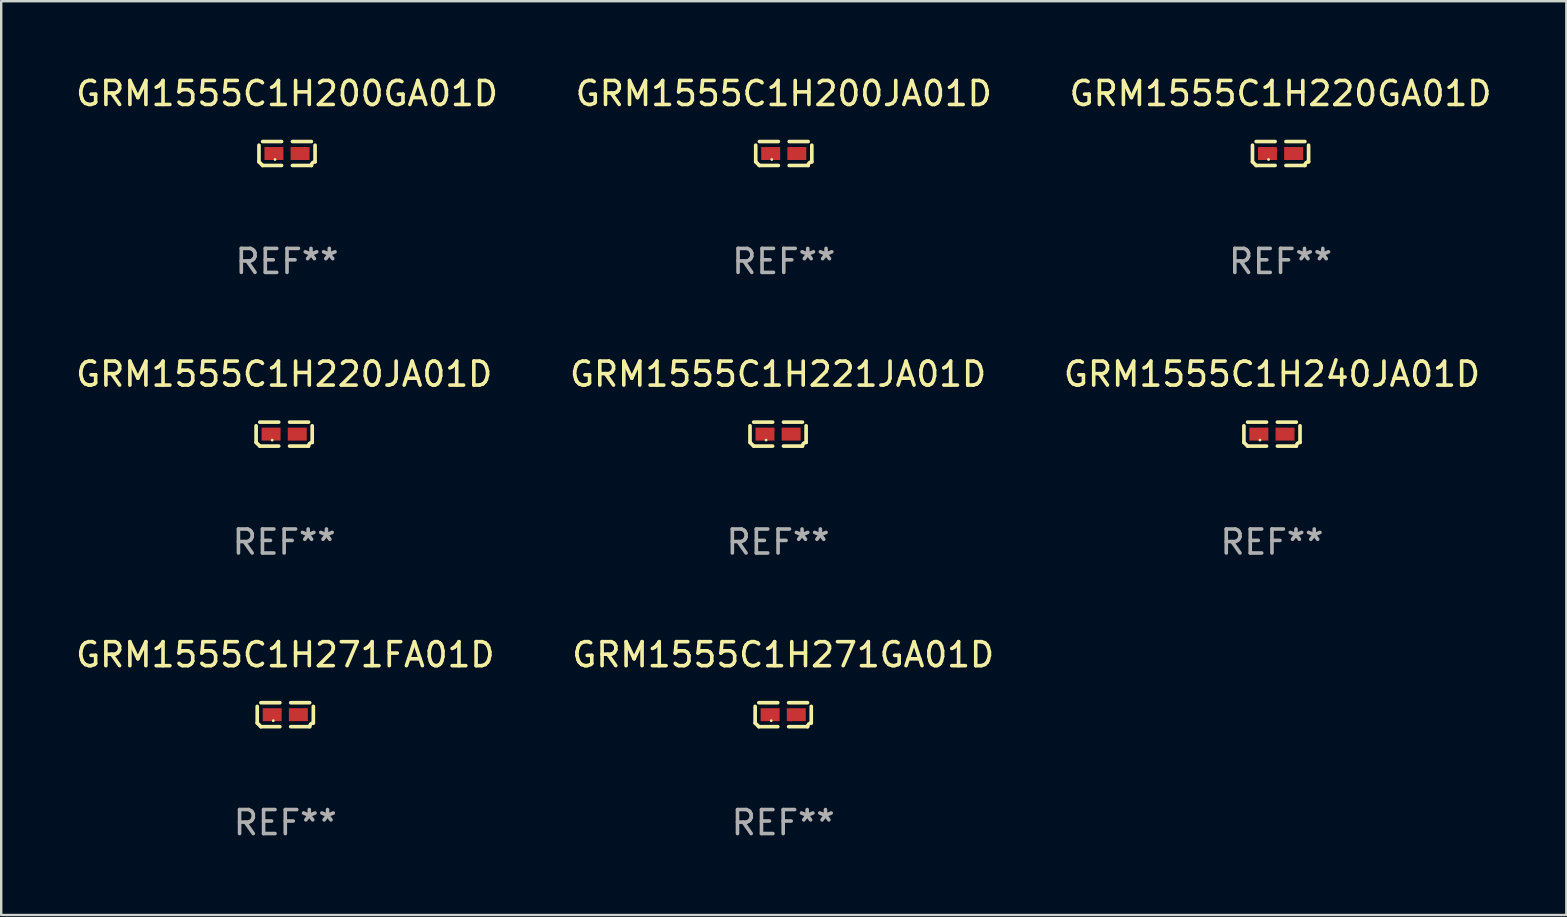
<source format=kicad_pcb>
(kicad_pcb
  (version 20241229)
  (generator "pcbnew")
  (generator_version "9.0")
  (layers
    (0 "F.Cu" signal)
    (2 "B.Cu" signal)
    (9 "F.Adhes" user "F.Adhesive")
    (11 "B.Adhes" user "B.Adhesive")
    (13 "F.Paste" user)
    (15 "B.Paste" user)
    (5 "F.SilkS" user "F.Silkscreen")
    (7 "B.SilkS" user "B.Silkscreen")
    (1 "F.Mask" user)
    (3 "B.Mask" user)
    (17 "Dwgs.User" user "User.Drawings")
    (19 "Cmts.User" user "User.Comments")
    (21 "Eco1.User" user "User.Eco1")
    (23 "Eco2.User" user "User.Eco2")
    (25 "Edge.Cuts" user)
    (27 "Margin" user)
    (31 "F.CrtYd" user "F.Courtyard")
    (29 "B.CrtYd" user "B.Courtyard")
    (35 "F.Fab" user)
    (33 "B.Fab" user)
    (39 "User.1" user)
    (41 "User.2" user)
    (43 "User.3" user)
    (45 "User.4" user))
  (footprint "GRM1555C1H271GA01D"
    (layer "F.Cu")
    (at 29.589 26.734)
    (property "Reference" "GRM1555C1H271GA01D" (at 0 -2.499 0) (layer "F.SilkS") (effects (font (size 1 1) (thickness 0.15))))
    (attr through_hole)
    (fp_line (start -1.169 0.346) (end -1.169 -0.346) (stroke (width 0.152) (type solid)) (layer "F.SilkS"))
    (fp_line (start -1.016 -0.499) (end -0.226 -0.499) (stroke (width 0.152) (type solid)) (layer "F.SilkS"))
    (fp_line (start -0.226 0.499) (end -1.016 0.499) (stroke (width 0.152) (type solid)) (layer "F.SilkS"))
    (fp_line (start 0.226 0.499) (end 1.016 0.499) (stroke (width 0.152) (type solid)) (layer "F.SilkS"))
    (fp_line (start 1.016 -0.499) (end 0.226 -0.499) (stroke (width 0.152) (type solid)) (layer "F.SilkS"))
    (fp_line (start 1.169 0.346) (end 1.169 -0.346) (stroke (width 0.152) (type solid)) (layer "F.SilkS"))
    (fp_arc (start -1.016307 0.498603) (mid -1.092512 0.422405) (end -1.16871 0.3462) (stroke (width 0.1524) (type solid)) (layer "F.SilkS"))
    (fp_arc (start 1.016307 0.498603) (mid 1.060899 0.390758) (end 1.168707 0.346076) (stroke (width 0.1524) (type solid)) (layer "F.SilkS"))
    (fp_circle (center -0.5 0.25) (end -0.47 0.25) (stroke (width 0.06) (type solid)) (fill no) (layer "F.SilkS"))
    (fp_text user "REF**" (at 0 4.499 0) (layer "F.Fab") (effects (font (size 1 1) (thickness 0.15))))
    (pad "1" smd rect (at -0.545 0) (size 0.79 0.54) (layers "F.Cu" "F.Mask" "F.Paste"))
    (pad "2" smd rect (at 0.545 0) (size 0.79 0.54) (layers "F.Cu" "F.Mask" "F.Paste")))
  (footprint "GRM1555C1H220JA01D"
    (layer "F.Cu")
    (at 8.792 15.041)
    (property "Reference" "GRM1555C1H220JA01D" (at 0 -2.499 0) (layer "F.SilkS") (effects (font (size 1 1) (thickness 0.15))))
    (attr through_hole)
    (fp_line (start -1.169 0.346) (end -1.169 -0.346) (stroke (width 0.152) (type solid)) (layer "F.SilkS"))
    (fp_line (start -1.016 -0.499) (end -0.226 -0.499) (stroke (width 0.152) (type solid)) (layer "F.SilkS"))
    (fp_line (start -0.226 0.499) (end -1.016 0.499) (stroke (width 0.152) (type solid)) (layer "F.SilkS"))
    (fp_line (start 0.226 0.499) (end 1.016 0.499) (stroke (width 0.152) (type solid)) (layer "F.SilkS"))
    (fp_line (start 1.016 -0.499) (end 0.226 -0.499) (stroke (width 0.152) (type solid)) (layer "F.SilkS"))
    (fp_line (start 1.169 0.346) (end 1.169 -0.346) (stroke (width 0.152) (type solid)) (layer "F.SilkS"))
    (fp_arc (start -1.016307 0.498603) (mid -1.092512 0.422405) (end -1.16871 0.3462) (stroke (width 0.1524) (type solid)) (layer "F.SilkS"))
    (fp_arc (start 1.016307 0.498603) (mid 1.060899 0.390758) (end 1.168707 0.346076) (stroke (width 0.1524) (type solid)) (layer "F.SilkS"))
    (fp_circle (center -0.5 0.25) (end -0.47 0.25) (stroke (width 0.06) (type solid)) (fill no) (layer "F.SilkS"))
    (fp_text user "REF**" (at 0 4.499 0) (layer "F.Fab") (effects (font (size 1 1) (thickness 0.15))))
    (pad "1" smd rect (at -0.545 0) (size 0.79 0.54) (layers "F.Cu" "F.Mask" "F.Paste"))
    (pad "2" smd rect (at 0.545 0) (size 0.79 0.54) (layers "F.Cu" "F.Mask" "F.Paste")))
  (footprint "GRM1555C1H240JA01D"
    (layer "F.Cu")
    (at 49.958 15.041)
    (property "Reference" "GRM1555C1H240JA01D" (at 0 -2.499 0) (layer "F.SilkS") (effects (font (size 1 1) (thickness 0.15))))
    (attr through_hole)
    (fp_line (start -1.169 0.346) (end -1.169 -0.346) (stroke (width 0.152) (type solid)) (layer "F.SilkS"))
    (fp_line (start -1.016 -0.499) (end -0.226 -0.499) (stroke (width 0.152) (type solid)) (layer "F.SilkS"))
    (fp_line (start -0.226 0.499) (end -1.016 0.499) (stroke (width 0.152) (type solid)) (layer "F.SilkS"))
    (fp_line (start 0.226 0.499) (end 1.016 0.499) (stroke (width 0.152) (type solid)) (layer "F.SilkS"))
    (fp_line (start 1.016 -0.499) (end 0.226 -0.499) (stroke (width 0.152) (type solid)) (layer "F.SilkS"))
    (fp_line (start 1.169 0.346) (end 1.169 -0.346) (stroke (width 0.152) (type solid)) (layer "F.SilkS"))
    (fp_arc (start -1.016307 0.498603) (mid -1.092512 0.422405) (end -1.16871 0.3462) (stroke (width 0.1524) (type solid)) (layer "F.SilkS"))
    (fp_arc (start 1.016307 0.498603) (mid 1.060899 0.390758) (end 1.168707 0.346076) (stroke (width 0.1524) (type solid)) (layer "F.SilkS"))
    (fp_circle (center -0.5 0.25) (end -0.47 0.25) (stroke (width 0.06) (type solid)) (fill no) (layer "F.SilkS"))
    (fp_text user "REF**" (at 0 4.499 0) (layer "F.Fab") (effects (font (size 1 1) (thickness 0.15))))
    (pad "1" smd rect (at -0.545 0) (size 0.79 0.54) (layers "F.Cu" "F.Mask" "F.Paste"))
    (pad "2" smd rect (at 0.545 0) (size 0.79 0.54) (layers "F.Cu" "F.Mask" "F.Paste")))
  (footprint "GRM1555C1H221JA01D"
    (layer "F.Cu")
    (at 29.375 15.041)
    (property "Reference" "GRM1555C1H221JA01D" (at 0 -2.499 0) (layer "F.SilkS") (effects (font (size 1 1) (thickness 0.15))))
    (attr through_hole)
    (fp_line (start -1.169 0.346) (end -1.169 -0.346) (stroke (width 0.152) (type solid)) (layer "F.SilkS"))
    (fp_line (start -1.016 -0.499) (end -0.226 -0.499) (stroke (width 0.152) (type solid)) (layer "F.SilkS"))
    (fp_line (start -0.226 0.499) (end -1.016 0.499) (stroke (width 0.152) (type solid)) (layer "F.SilkS"))
    (fp_line (start 0.226 0.499) (end 1.016 0.499) (stroke (width 0.152) (type solid)) (layer "F.SilkS"))
    (fp_line (start 1.016 -0.499) (end 0.226 -0.499) (stroke (width 0.152) (type solid)) (layer "F.SilkS"))
    (fp_line (start 1.169 0.346) (end 1.169 -0.346) (stroke (width 0.152) (type solid)) (layer "F.SilkS"))
    (fp_arc (start -1.016307 0.498603) (mid -1.092512 0.422405) (end -1.16871 0.3462) (stroke (width 0.1524) (type solid)) (layer "F.SilkS"))
    (fp_arc (start 1.016307 0.498603) (mid 1.060899 0.390758) (end 1.168707 0.346076) (stroke (width 0.1524) (type solid)) (layer "F.SilkS"))
    (fp_circle (center -0.5 0.25) (end -0.47 0.25) (stroke (width 0.06) (type solid)) (fill no) (layer "F.SilkS"))
    (fp_text user "REF**" (at 0 4.499 0) (layer "F.Fab") (effects (font (size 1 1) (thickness 0.15))))
    (pad "1" smd rect (at -0.545 0) (size 0.79 0.54) (layers "F.Cu" "F.Mask" "F.Paste"))
    (pad "2" smd rect (at 0.545 0) (size 0.79 0.54) (layers "F.Cu" "F.Mask" "F.Paste")))
  (footprint "GRM1555C1H200JA01D"
    (layer "F.Cu")
    (at 29.613 3.347)
    (property "Reference" "GRM1555C1H200JA01D" (at 0 -2.499 0) (layer "F.SilkS") (effects (font (size 1 1) (thickness 0.15))))
    (attr through_hole)
    (fp_line (start -1.169 0.346) (end -1.169 -0.346) (stroke (width 0.152) (type solid)) (layer "F.SilkS"))
    (fp_line (start -1.016 -0.499) (end -0.226 -0.499) (stroke (width 0.152) (type solid)) (layer "F.SilkS"))
    (fp_line (start -0.226 0.499) (end -1.016 0.499) (stroke (width 0.152) (type solid)) (layer "F.SilkS"))
    (fp_line (start 0.226 0.499) (end 1.016 0.499) (stroke (width 0.152) (type solid)) (layer "F.SilkS"))
    (fp_line (start 1.016 -0.499) (end 0.226 -0.499) (stroke (width 0.152) (type solid)) (layer "F.SilkS"))
    (fp_line (start 1.169 0.346) (end 1.169 -0.346) (stroke (width 0.152) (type solid)) (layer "F.SilkS"))
    (fp_arc (start -1.016307 0.498603) (mid -1.092512 0.422405) (end -1.16871 0.3462) (stroke (width 0.1524) (type solid)) (layer "F.SilkS"))
    (fp_arc (start 1.016307 0.498603) (mid 1.060899 0.390758) (end 1.168707 0.346076) (stroke (width 0.1524) (type solid)) (layer "F.SilkS"))
    (fp_circle (center -0.5 0.25) (end -0.47 0.25) (stroke (width 0.06) (type solid)) (fill no) (layer "F.SilkS"))
    (fp_text user "REF**" (at 0 4.499 0) (layer "F.Fab") (effects (font (size 1 1) (thickness 0.15))))
    (pad "1" smd rect (at -0.545 0) (size 0.79 0.54) (layers "F.Cu" "F.Mask" "F.Paste"))
    (pad "2" smd rect (at 0.545 0) (size 0.79 0.54) (layers "F.Cu" "F.Mask" "F.Paste")))
  (footprint "GRM1555C1H220GA01D"
    (layer "F.Cu")
    (at 50.315 3.347)
    (property "Reference" "GRM1555C1H220GA01D" (at 0 -2.499 0) (layer "F.SilkS") (effects (font (size 1 1) (thickness 0.15))))
    (attr through_hole)
    (fp_line (start -1.169 0.346) (end -1.169 -0.346) (stroke (width 0.152) (type solid)) (layer "F.SilkS"))
    (fp_line (start -1.016 -0.499) (end -0.226 -0.499) (stroke (width 0.152) (type solid)) (layer "F.SilkS"))
    (fp_line (start -0.226 0.499) (end -1.016 0.499) (stroke (width 0.152) (type solid)) (layer "F.SilkS"))
    (fp_line (start 0.226 0.499) (end 1.016 0.499) (stroke (width 0.152) (type solid)) (layer "F.SilkS"))
    (fp_line (start 1.016 -0.499) (end 0.226 -0.499) (stroke (width 0.152) (type solid)) (layer "F.SilkS"))
    (fp_line (start 1.169 0.346) (end 1.169 -0.346) (stroke (width 0.152) (type solid)) (layer "F.SilkS"))
    (fp_arc (start -1.016307 0.498603) (mid -1.092512 0.422405) (end -1.16871 0.3462) (stroke (width 0.1524) (type solid)) (layer "F.SilkS"))
    (fp_arc (start 1.016307 0.498603) (mid 1.060899 0.390758) (end 1.168707 0.346076) (stroke (width 0.1524) (type solid)) (layer "F.SilkS"))
    (fp_circle (center -0.5 0.25) (end -0.47 0.25) (stroke (width 0.06) (type solid)) (fill no) (layer "F.SilkS"))
    (fp_text user "REF**" (at 0 4.499 0) (layer "F.Fab") (effects (font (size 1 1) (thickness 0.15))))
    (pad "1" smd rect (at -0.545 0) (size 0.79 0.54) (layers "F.Cu" "F.Mask" "F.Paste"))
    (pad "2" smd rect (at 0.545 0) (size 0.79 0.54) (layers "F.Cu" "F.Mask" "F.Paste")))
  (footprint "GRM1555C1H271FA01D"
    (layer "F.Cu")
    (at 8.839 26.734)
    (property "Reference" "GRM1555C1H271FA01D" (at 0 -2.499 0) (layer "F.SilkS") (effects (font (size 1 1) (thickness 0.15))))
    (attr through_hole)
    (fp_line (start -1.169 0.346) (end -1.169 -0.346) (stroke (width 0.152) (type solid)) (layer "F.SilkS"))
    (fp_line (start -1.016 -0.499) (end -0.226 -0.499) (stroke (width 0.152) (type solid)) (layer "F.SilkS"))
    (fp_line (start -0.226 0.499) (end -1.016 0.499) (stroke (width 0.152) (type solid)) (layer "F.SilkS"))
    (fp_line (start 0.226 0.499) (end 1.016 0.499) (stroke (width 0.152) (type solid)) (layer "F.SilkS"))
    (fp_line (start 1.016 -0.499) (end 0.226 -0.499) (stroke (width 0.152) (type solid)) (layer "F.SilkS"))
    (fp_line (start 1.169 0.346) (end 1.169 -0.346) (stroke (width 0.152) (type solid)) (layer "F.SilkS"))
    (fp_arc (start -1.016307 0.498603) (mid -1.092512 0.422405) (end -1.16871 0.3462) (stroke (width 0.1524) (type solid)) (layer "F.SilkS"))
    (fp_arc (start 1.016307 0.498603) (mid 1.060899 0.390758) (end 1.168707 0.346076) (stroke (width 0.1524) (type solid)) (layer "F.SilkS"))
    (fp_circle (center -0.5 0.25) (end -0.47 0.25) (stroke (width 0.06) (type solid)) (fill no) (layer "F.SilkS"))
    (fp_text user "REF**" (at 0 4.499 0) (layer "F.Fab") (effects (font (size 1 1) (thickness 0.15))))
    (pad "1" smd rect (at -0.545 0) (size 0.79 0.54) (layers "F.Cu" "F.Mask" "F.Paste"))
    (pad "2" smd rect (at 0.545 0) (size 0.79 0.54) (layers "F.Cu" "F.Mask" "F.Paste")))
  (footprint "GRM1555C1H200GA01D"
    (layer "F.Cu")
    (at 8.911 3.347)
    (property "Reference" "GRM1555C1H200GA01D" (at 0 -2.499 0) (layer "F.SilkS") (effects (font (size 1 1) (thickness 0.15))))
    (attr through_hole)
    (fp_line (start -1.169 0.346) (end -1.169 -0.346) (stroke (width 0.152) (type solid)) (layer "F.SilkS"))
    (fp_line (start -1.016 -0.499) (end -0.226 -0.499) (stroke (width 0.152) (type solid)) (layer "F.SilkS"))
    (fp_line (start -0.226 0.499) (end -1.016 0.499) (stroke (width 0.152) (type solid)) (layer "F.SilkS"))
    (fp_line (start 0.226 0.499) (end 1.016 0.499) (stroke (width 0.152) (type solid)) (layer "F.SilkS"))
    (fp_line (start 1.016 -0.499) (end 0.226 -0.499) (stroke (width 0.152) (type solid)) (layer "F.SilkS"))
    (fp_line (start 1.169 0.346) (end 1.169 -0.346) (stroke (width 0.152) (type solid)) (layer "F.SilkS"))
    (fp_arc (start -1.016307 0.498603) (mid -1.092512 0.422405) (end -1.16871 0.3462) (stroke (width 0.1524) (type solid)) (layer "F.SilkS"))
    (fp_arc (start 1.016307 0.498603) (mid 1.060899 0.390758) (end 1.168707 0.346076) (stroke (width 0.1524) (type solid)) (layer "F.SilkS"))
    (fp_circle (center -0.5 0.25) (end -0.47 0.25) (stroke (width 0.06) (type solid)) (fill no) (layer "F.SilkS"))
    (fp_text user "REF**" (at 0 4.499 0) (layer "F.Fab") (effects (font (size 1 1) (thickness 0.15))))
    (pad "1" smd rect (at -0.545 0) (size 0.79 0.54) (layers "F.Cu" "F.Mask" "F.Paste"))
    (pad "2" smd rect (at 0.545 0) (size 0.79 0.54) (layers "F.Cu" "F.Mask" "F.Paste")))
  (gr_rect
    (start -3 -3)
    (end 62.226 35.081)
    (stroke (width 0.1) (type default))
    (fill no)
    (layer "Edge.Cuts")))
</source>
